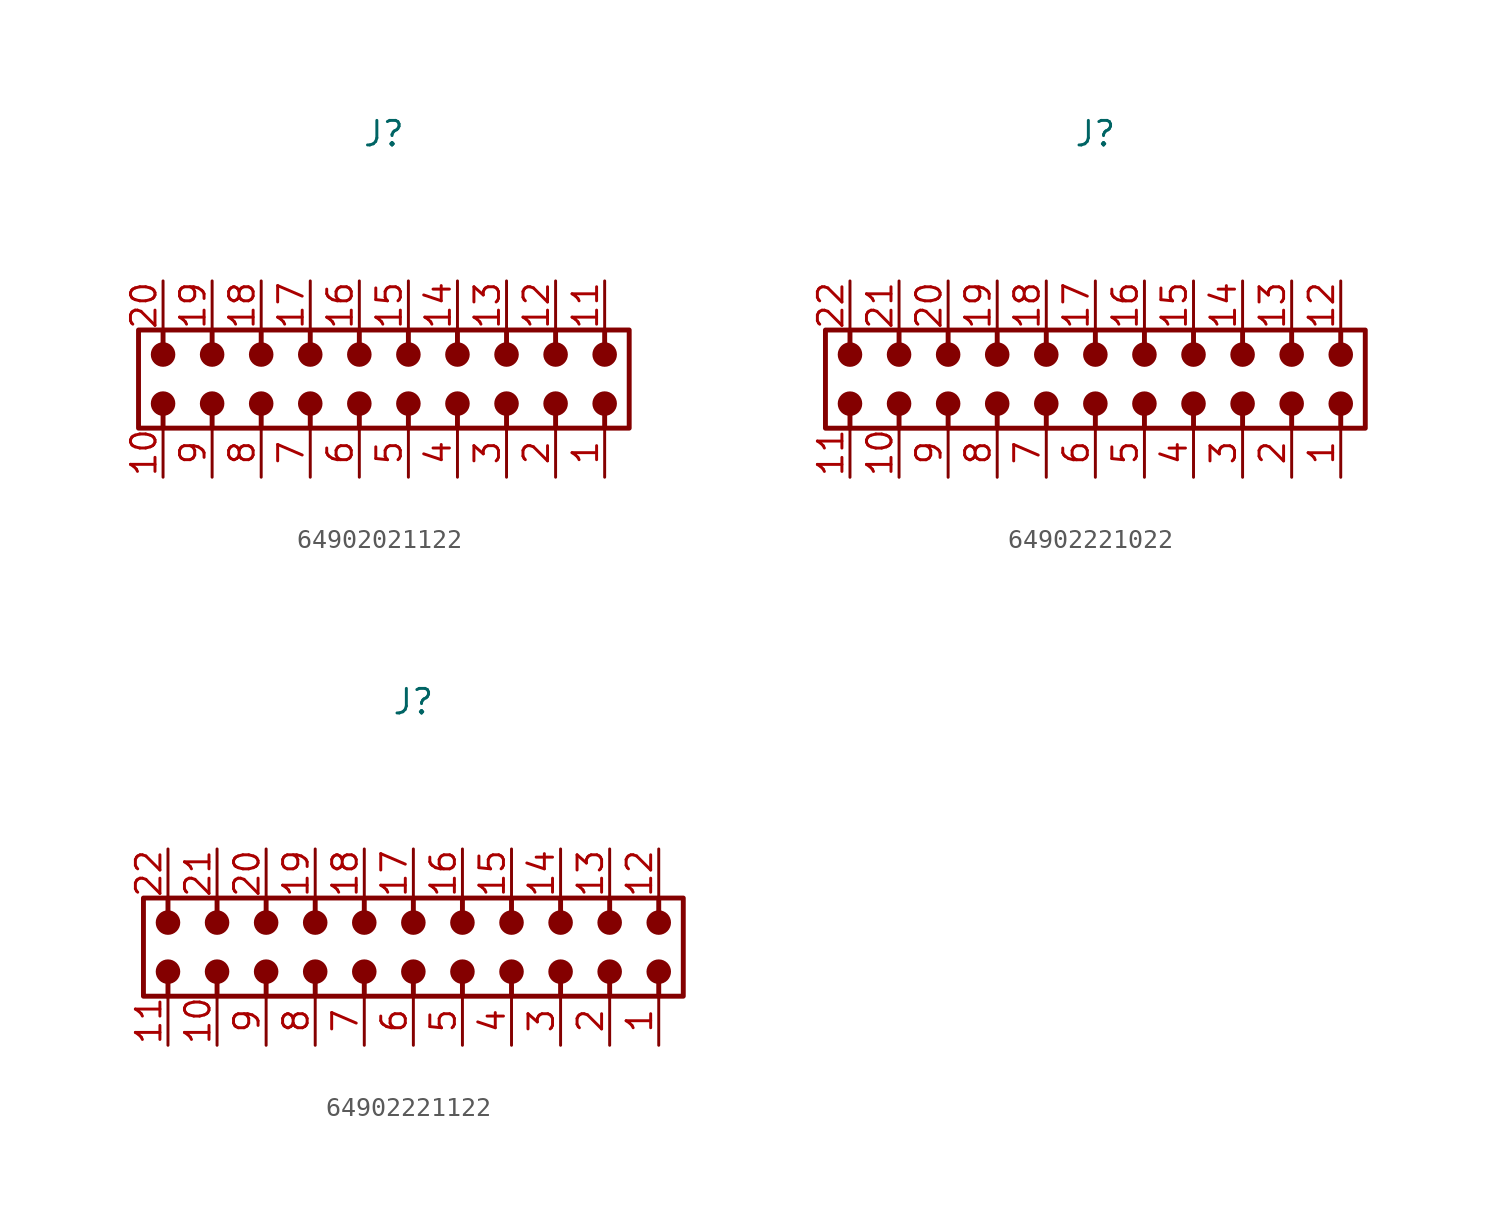
<source format=kicad_sym>
(kicad_symbol_lib
  (version 20241209)
  (generator "kicad_symbol_editor")
  (generator_version "9.0")
  (symbol "64902021122"
    (pin_names
      (hide yes))
    (property "Reference" "J"
      (at 0 12.7 0)
      (effects (font (size 1.27 1.27))))
    (symbol "64902021122_1_1"
      (rectangle (start -12.7 2.54) (end 12.7 -2.54) (stroke (width 0.254) (type solid)) (fill (type none)))
      (polyline (pts (xy -11.43 1.778) (xy -11.43 2.54)) (stroke (width 0.254) (type solid)) (fill (type none)))
      (circle (center -11.43 1.27) (radius 0.508) (stroke (width 0.254) (type solid)) (fill (type outline)))
      (circle (center -11.43 -1.27) (radius 0.508) (stroke (width 0.254) (type solid)) (fill (type outline)))
      (polyline (pts (xy -11.43 -1.778) (xy -11.43 -2.54)) (stroke (width 0.254) (type solid)) (fill (type none)))
      (polyline (pts (xy -8.89 1.778) (xy -8.89 2.54)) (stroke (width 0.254) (type solid)) (fill (type none)))
      (circle (center -8.89 1.27) (radius 0.508) (stroke (width 0.254) (type solid)) (fill (type outline)))
      (circle (center -8.89 -1.27) (radius 0.508) (stroke (width 0.254) (type solid)) (fill (type outline)))
      (polyline (pts (xy -8.89 -1.778) (xy -8.89 -2.54)) (stroke (width 0.254) (type solid)) (fill (type none)))
      (polyline (pts (xy -6.35 1.778) (xy -6.35 2.54)) (stroke (width 0.254) (type solid)) (fill (type none)))
      (circle (center -6.35 1.27) (radius 0.508) (stroke (width 0.254) (type solid)) (fill (type outline)))
      (circle (center -6.35 -1.27) (radius 0.508) (stroke (width 0.254) (type solid)) (fill (type outline)))
      (polyline (pts (xy -6.35 -1.778) (xy -6.35 -2.54)) (stroke (width 0.254) (type solid)) (fill (type none)))
      (polyline (pts (xy -3.81 1.778) (xy -3.81 2.54)) (stroke (width 0.254) (type solid)) (fill (type none)))
      (circle (center -3.81 1.27) (radius 0.508) (stroke (width 0.254) (type solid)) (fill (type outline)))
      (circle (center -3.81 -1.27) (radius 0.508) (stroke (width 0.254) (type solid)) (fill (type outline)))
      (polyline (pts (xy -3.81 -1.778) (xy -3.81 -2.54)) (stroke (width 0.254) (type solid)) (fill (type none)))
      (polyline (pts (xy -1.27 1.778) (xy -1.27 2.54)) (stroke (width 0.254) (type solid)) (fill (type none)))
      (circle (center -1.27 1.27) (radius 0.508) (stroke (width 0.254) (type solid)) (fill (type outline)))
      (circle (center -1.27 -1.27) (radius 0.508) (stroke (width 0.254) (type solid)) (fill (type outline)))
      (polyline (pts (xy -1.27 -1.778) (xy -1.27 -2.54)) (stroke (width 0.254) (type solid)) (fill (type none)))
      (polyline (pts (xy 1.27 1.778) (xy 1.27 2.54)) (stroke (width 0.254) (type solid)) (fill (type none)))
      (circle (center 1.27 1.27) (radius 0.508) (stroke (width 0.254) (type solid)) (fill (type outline)))
      (circle (center 1.27 -1.27) (radius 0.508) (stroke (width 0.254) (type solid)) (fill (type outline)))
      (polyline (pts (xy 1.27 -1.778) (xy 1.27 -2.54)) (stroke (width 0.254) (type solid)) (fill (type none)))
      (polyline (pts (xy 3.81 1.778) (xy 3.81 2.54)) (stroke (width 0.254) (type solid)) (fill (type none)))
      (circle (center 3.81 1.27) (radius 0.508) (stroke (width 0.254) (type solid)) (fill (type outline)))
      (circle (center 3.81 -1.27) (radius 0.508) (stroke (width 0.254) (type solid)) (fill (type outline)))
      (polyline (pts (xy 3.81 -1.778) (xy 3.81 -2.54)) (stroke (width 0.254) (type solid)) (fill (type none)))
      (polyline (pts (xy 6.35 1.778) (xy 6.35 2.54)) (stroke (width 0.254) (type solid)) (fill (type none)))
      (circle (center 6.35 1.27) (radius 0.508) (stroke (width 0.254) (type solid)) (fill (type outline)))
      (circle (center 6.35 -1.27) (radius 0.508) (stroke (width 0.254) (type solid)) (fill (type outline)))
      (polyline (pts (xy 6.35 -1.778) (xy 6.35 -2.54)) (stroke (width 0.254) (type solid)) (fill (type none)))
      (polyline (pts (xy 8.89 1.778) (xy 8.89 2.54)) (stroke (width 0.254) (type solid)) (fill (type none)))
      (circle (center 8.89 1.27) (radius 0.508) (stroke (width 0.254) (type solid)) (fill (type outline)))
      (circle (center 8.89 -1.27) (radius 0.508) (stroke (width 0.254) (type solid)) (fill (type outline)))
      (polyline (pts (xy 8.89 -1.778) (xy 8.89 -2.54)) (stroke (width 0.254) (type solid)) (fill (type none)))
      (polyline (pts (xy 11.43 1.778) (xy 11.43 2.54)) (stroke (width 0.254) (type solid)) (fill (type none)))
      (circle (center 11.43 1.27) (radius 0.508) (stroke (width 0.254) (type solid)) (fill (type outline)))
      (circle (center 11.43 -1.27) (radius 0.508) (stroke (width 0.254) (type solid)) (fill (type outline)))
      (polyline (pts (xy 11.43 -1.778) (xy 11.43 -2.54)) (stroke (width 0.254) (type solid)) (fill (type none)))
      (pin passive line (at -11.43 5.08 270) (length 2.54) (name "20" (effects (font (size 1.27 1.27)))) (number "20" (effects (font (size 1.27 1.27)))))
      (pin passive line (at -11.43 -5.08 90) (length 2.54) (name "10" (effects (font (size 1.27 1.27)))) (number "10" (effects (font (size 1.27 1.27)))))
      (pin passive line (at -8.89 5.08 270) (length 2.54) (name "19" (effects (font (size 1.27 1.27)))) (number "19" (effects (font (size 1.27 1.27)))))
      (pin passive line (at -8.89 -5.08 90) (length 2.54) (name "9" (effects (font (size 1.27 1.27)))) (number "9" (effects (font (size 1.27 1.27)))))
      (pin passive line (at -6.35 5.08 270) (length 2.54) (name "18" (effects (font (size 1.27 1.27)))) (number "18" (effects (font (size 1.27 1.27)))))
      (pin passive line (at -6.35 -5.08 90) (length 2.54) (name "8" (effects (font (size 1.27 1.27)))) (number "8" (effects (font (size 1.27 1.27)))))
      (pin passive line (at -3.81 5.08 270) (length 2.54) (name "17" (effects (font (size 1.27 1.27)))) (number "17" (effects (font (size 1.27 1.27)))))
      (pin passive line (at -3.81 -5.08 90) (length 2.54) (name "7" (effects (font (size 1.27 1.27)))) (number "7" (effects (font (size 1.27 1.27)))))
      (pin passive line (at -1.27 5.08 270) (length 2.54) (name "16" (effects (font (size 1.27 1.27)))) (number "16" (effects (font (size 1.27 1.27)))))
      (pin passive line (at -1.27 -5.08 90) (length 2.54) (name "6" (effects (font (size 1.27 1.27)))) (number "6" (effects (font (size 1.27 1.27)))))
      (pin passive line (at 1.27 5.08 270) (length 2.54) (name "15" (effects (font (size 1.27 1.27)))) (number "15" (effects (font (size 1.27 1.27)))))
      (pin passive line (at 1.27 -5.08 90) (length 2.54) (name "5" (effects (font (size 1.27 1.27)))) (number "5" (effects (font (size 1.27 1.27)))))
      (pin passive line (at 3.81 5.08 270) (length 2.54) (name "14" (effects (font (size 1.27 1.27)))) (number "14" (effects (font (size 1.27 1.27)))))
      (pin passive line (at 3.81 -5.08 90) (length 2.54) (name "4" (effects (font (size 1.27 1.27)))) (number "4" (effects (font (size 1.27 1.27)))))
      (pin passive line (at 6.35 5.08 270) (length 2.54) (name "13" (effects (font (size 1.27 1.27)))) (number "13" (effects (font (size 1.27 1.27)))))
      (pin passive line (at 6.35 -5.08 90) (length 2.54) (name "3" (effects (font (size 1.27 1.27)))) (number "3" (effects (font (size 1.27 1.27)))))
      (pin passive line (at 8.89 5.08 270) (length 2.54) (name "12" (effects (font (size 1.27 1.27)))) (number "12" (effects (font (size 1.27 1.27)))))
      (pin passive line (at 8.89 -5.08 90) (length 2.54) (name "2" (effects (font (size 1.27 1.27)))) (number "2" (effects (font (size 1.27 1.27)))))
      (pin passive line (at 11.43 5.08 270) (length 2.54) (name "11" (effects (font (size 1.27 1.27)))) (number "11" (effects (font (size 1.27 1.27)))))
      (pin passive line (at 11.43 -5.08 90) (length 2.54) (name "1" (effects (font (size 1.27 1.27)))) (number "1" (effects (font (size 1.27 1.27)))))))
  (symbol "64902221022"
    (pin_names
      (hide yes))
    (property "Reference" "J"
      (at 0 12.7 0)
      (effects (font (size 1.27 1.27))))
    (symbol "64902221022_1_1"
      (rectangle (start -13.97 2.54) (end 13.97 -2.54) (stroke (width 0.254) (type solid)) (fill (type none)))
      (polyline (pts (xy -12.7 1.778) (xy -12.7 2.54)) (stroke (width 0.254) (type solid)) (fill (type none)))
      (circle (center -12.7 1.27) (radius 0.508) (stroke (width 0.254) (type solid)) (fill (type outline)))
      (circle (center -12.7 -1.27) (radius 0.508) (stroke (width 0.254) (type solid)) (fill (type outline)))
      (polyline (pts (xy -12.7 -1.778) (xy -12.7 -2.54)) (stroke (width 0.254) (type solid)) (fill (type none)))
      (polyline (pts (xy -10.16 1.778) (xy -10.16 2.54)) (stroke (width 0.254) (type solid)) (fill (type none)))
      (circle (center -10.16 1.27) (radius 0.508) (stroke (width 0.254) (type solid)) (fill (type outline)))
      (circle (center -10.16 -1.27) (radius 0.508) (stroke (width 0.254) (type solid)) (fill (type outline)))
      (polyline (pts (xy -10.16 -1.778) (xy -10.16 -2.54)) (stroke (width 0.254) (type solid)) (fill (type none)))
      (polyline (pts (xy -7.62 1.778) (xy -7.62 2.54)) (stroke (width 0.254) (type solid)) (fill (type none)))
      (circle (center -7.62 1.27) (radius 0.508) (stroke (width 0.254) (type solid)) (fill (type outline)))
      (circle (center -7.62 -1.27) (radius 0.508) (stroke (width 0.254) (type solid)) (fill (type outline)))
      (polyline (pts (xy -7.62 -1.778) (xy -7.62 -2.54)) (stroke (width 0.254) (type solid)) (fill (type none)))
      (polyline (pts (xy -5.08 1.778) (xy -5.08 2.54)) (stroke (width 0.254) (type solid)) (fill (type none)))
      (circle (center -5.08 1.27) (radius 0.508) (stroke (width 0.254) (type solid)) (fill (type outline)))
      (circle (center -5.08 -1.27) (radius 0.508) (stroke (width 0.254) (type solid)) (fill (type outline)))
      (polyline (pts (xy -5.08 -1.778) (xy -5.08 -2.54)) (stroke (width 0.254) (type solid)) (fill (type none)))
      (polyline (pts (xy -2.54 1.778) (xy -2.54 2.54)) (stroke (width 0.254) (type solid)) (fill (type none)))
      (circle (center -2.54 1.27) (radius 0.508) (stroke (width 0.254) (type solid)) (fill (type outline)))
      (circle (center -2.54 -1.27) (radius 0.508) (stroke (width 0.254) (type solid)) (fill (type outline)))
      (polyline (pts (xy -2.54 -1.778) (xy -2.54 -2.54)) (stroke (width 0.254) (type solid)) (fill (type none)))
      (polyline (pts (xy 0 1.778) (xy 0 2.54)) (stroke (width 0.254) (type solid)) (fill (type none)))
      (circle (center 0 1.27) (radius 0.508) (stroke (width 0.254) (type solid)) (fill (type outline)))
      (circle (center 0 -1.27) (radius 0.508) (stroke (width 0.254) (type solid)) (fill (type outline)))
      (polyline (pts (xy 0 -1.778) (xy 0 -2.54)) (stroke (width 0.254) (type solid)) (fill (type none)))
      (polyline (pts (xy 2.54 1.778) (xy 2.54 2.54)) (stroke (width 0.254) (type solid)) (fill (type none)))
      (circle (center 2.54 1.27) (radius 0.508) (stroke (width 0.254) (type solid)) (fill (type outline)))
      (circle (center 2.54 -1.27) (radius 0.508) (stroke (width 0.254) (type solid)) (fill (type outline)))
      (polyline (pts (xy 2.54 -1.778) (xy 2.54 -2.54)) (stroke (width 0.254) (type solid)) (fill (type none)))
      (polyline (pts (xy 5.08 1.778) (xy 5.08 2.54)) (stroke (width 0.254) (type solid)) (fill (type none)))
      (circle (center 5.08 1.27) (radius 0.508) (stroke (width 0.254) (type solid)) (fill (type outline)))
      (circle (center 5.08 -1.27) (radius 0.508) (stroke (width 0.254) (type solid)) (fill (type outline)))
      (polyline (pts (xy 5.08 -1.778) (xy 5.08 -2.54)) (stroke (width 0.254) (type solid)) (fill (type none)))
      (polyline (pts (xy 7.62 1.778) (xy 7.62 2.54)) (stroke (width 0.254) (type solid)) (fill (type none)))
      (circle (center 7.62 1.27) (radius 0.508) (stroke (width 0.254) (type solid)) (fill (type outline)))
      (circle (center 7.62 -1.27) (radius 0.508) (stroke (width 0.254) (type solid)) (fill (type outline)))
      (polyline (pts (xy 7.62 -1.778) (xy 7.62 -2.54)) (stroke (width 0.254) (type solid)) (fill (type none)))
      (polyline (pts (xy 10.16 1.778) (xy 10.16 2.54)) (stroke (width 0.254) (type solid)) (fill (type none)))
      (circle (center 10.16 1.27) (radius 0.508) (stroke (width 0.254) (type solid)) (fill (type outline)))
      (circle (center 10.16 -1.27) (radius 0.508) (stroke (width 0.254) (type solid)) (fill (type outline)))
      (polyline (pts (xy 10.16 -1.778) (xy 10.16 -2.54)) (stroke (width 0.254) (type solid)) (fill (type none)))
      (polyline (pts (xy 12.7 1.778) (xy 12.7 2.54)) (stroke (width 0.254) (type solid)) (fill (type none)))
      (circle (center 12.7 1.27) (radius 0.508) (stroke (width 0.254) (type solid)) (fill (type outline)))
      (circle (center 12.7 -1.27) (radius 0.508) (stroke (width 0.254) (type solid)) (fill (type outline)))
      (polyline (pts (xy 12.7 -1.778) (xy 12.7 -2.54)) (stroke (width 0.254) (type solid)) (fill (type none)))
      (pin passive line (at -12.7 5.08 270) (length 2.54) (name "22" (effects (font (size 1.27 1.27)))) (number "22" (effects (font (size 1.27 1.27)))))
      (pin passive line (at -12.7 -5.08 90) (length 2.54) (name "11" (effects (font (size 1.27 1.27)))) (number "11" (effects (font (size 1.27 1.27)))))
      (pin passive line (at -10.16 5.08 270) (length 2.54) (name "21" (effects (font (size 1.27 1.27)))) (number "21" (effects (font (size 1.27 1.27)))))
      (pin passive line (at -10.16 -5.08 90) (length 2.54) (name "10" (effects (font (size 1.27 1.27)))) (number "10" (effects (font (size 1.27 1.27)))))
      (pin passive line (at -7.62 5.08 270) (length 2.54) (name "20" (effects (font (size 1.27 1.27)))) (number "20" (effects (font (size 1.27 1.27)))))
      (pin passive line (at -7.62 -5.08 90) (length 2.54) (name "9" (effects (font (size 1.27 1.27)))) (number "9" (effects (font (size 1.27 1.27)))))
      (pin passive line (at -5.08 5.08 270) (length 2.54) (name "19" (effects (font (size 1.27 1.27)))) (number "19" (effects (font (size 1.27 1.27)))))
      (pin passive line (at -5.08 -5.08 90) (length 2.54) (name "8" (effects (font (size 1.27 1.27)))) (number "8" (effects (font (size 1.27 1.27)))))
      (pin passive line (at -2.54 5.08 270) (length 2.54) (name "18" (effects (font (size 1.27 1.27)))) (number "18" (effects (font (size 1.27 1.27)))))
      (pin passive line (at -2.54 -5.08 90) (length 2.54) (name "7" (effects (font (size 1.27 1.27)))) (number "7" (effects (font (size 1.27 1.27)))))
      (pin passive line (at 0 5.08 270) (length 2.54) (name "17" (effects (font (size 1.27 1.27)))) (number "17" (effects (font (size 1.27 1.27)))))
      (pin passive line (at 0 -5.08 90) (length 2.54) (name "6" (effects (font (size 1.27 1.27)))) (number "6" (effects (font (size 1.27 1.27)))))
      (pin passive line (at 2.54 5.08 270) (length 2.54) (name "16" (effects (font (size 1.27 1.27)))) (number "16" (effects (font (size 1.27 1.27)))))
      (pin passive line (at 2.54 -5.08 90) (length 2.54) (name "5" (effects (font (size 1.27 1.27)))) (number "5" (effects (font (size 1.27 1.27)))))
      (pin passive line (at 5.08 5.08 270) (length 2.54) (name "15" (effects (font (size 1.27 1.27)))) (number "15" (effects (font (size 1.27 1.27)))))
      (pin passive line (at 5.08 -5.08 90) (length 2.54) (name "4" (effects (font (size 1.27 1.27)))) (number "4" (effects (font (size 1.27 1.27)))))
      (pin passive line (at 7.62 5.08 270) (length 2.54) (name "14" (effects (font (size 1.27 1.27)))) (number "14" (effects (font (size 1.27 1.27)))))
      (pin passive line (at 7.62 -5.08 90) (length 2.54) (name "3" (effects (font (size 1.27 1.27)))) (number "3" (effects (font (size 1.27 1.27)))))
      (pin passive line (at 10.16 5.08 270) (length 2.54) (name "13" (effects (font (size 1.27 1.27)))) (number "13" (effects (font (size 1.27 1.27)))))
      (pin passive line (at 10.16 -5.08 90) (length 2.54) (name "2" (effects (font (size 1.27 1.27)))) (number "2" (effects (font (size 1.27 1.27)))))
      (pin passive line (at 12.7 5.08 270) (length 2.54) (name "12" (effects (font (size 1.27 1.27)))) (number "12" (effects (font (size 1.27 1.27)))))
      (pin passive line (at 12.7 -5.08 90) (length 2.54) (name "1" (effects (font (size 1.27 1.27)))) (number "1" (effects (font (size 1.27 1.27)))))))
  (symbol "64902221122"
    (pin_names
      (hide yes))
    (property "Reference" "J"
      (at 0 12.7 0)
      (effects (font (size 1.27 1.27))))
    (symbol "64902221122_1_1"
      (rectangle (start -13.97 2.54) (end 13.97 -2.54) (stroke (width 0.254) (type solid)) (fill (type none)))
      (polyline (pts (xy -12.7 1.778) (xy -12.7 2.54)) (stroke (width 0.254) (type solid)) (fill (type none)))
      (circle (center -12.7 1.27) (radius 0.508) (stroke (width 0.254) (type solid)) (fill (type outline)))
      (circle (center -12.7 -1.27) (radius 0.508) (stroke (width 0.254) (type solid)) (fill (type outline)))
      (polyline (pts (xy -12.7 -1.778) (xy -12.7 -2.54)) (stroke (width 0.254) (type solid)) (fill (type none)))
      (polyline (pts (xy -10.16 1.778) (xy -10.16 2.54)) (stroke (width 0.254) (type solid)) (fill (type none)))
      (circle (center -10.16 1.27) (radius 0.508) (stroke (width 0.254) (type solid)) (fill (type outline)))
      (circle (center -10.16 -1.27) (radius 0.508) (stroke (width 0.254) (type solid)) (fill (type outline)))
      (polyline (pts (xy -10.16 -1.778) (xy -10.16 -2.54)) (stroke (width 0.254) (type solid)) (fill (type none)))
      (polyline (pts (xy -7.62 1.778) (xy -7.62 2.54)) (stroke (width 0.254) (type solid)) (fill (type none)))
      (circle (center -7.62 1.27) (radius 0.508) (stroke (width 0.254) (type solid)) (fill (type outline)))
      (circle (center -7.62 -1.27) (radius 0.508) (stroke (width 0.254) (type solid)) (fill (type outline)))
      (polyline (pts (xy -7.62 -1.778) (xy -7.62 -2.54)) (stroke (width 0.254) (type solid)) (fill (type none)))
      (polyline (pts (xy -5.08 1.778) (xy -5.08 2.54)) (stroke (width 0.254) (type solid)) (fill (type none)))
      (circle (center -5.08 1.27) (radius 0.508) (stroke (width 0.254) (type solid)) (fill (type outline)))
      (circle (center -5.08 -1.27) (radius 0.508) (stroke (width 0.254) (type solid)) (fill (type outline)))
      (polyline (pts (xy -5.08 -1.778) (xy -5.08 -2.54)) (stroke (width 0.254) (type solid)) (fill (type none)))
      (polyline (pts (xy -2.54 1.778) (xy -2.54 2.54)) (stroke (width 0.254) (type solid)) (fill (type none)))
      (circle (center -2.54 1.27) (radius 0.508) (stroke (width 0.254) (type solid)) (fill (type outline)))
      (circle (center -2.54 -1.27) (radius 0.508) (stroke (width 0.254) (type solid)) (fill (type outline)))
      (polyline (pts (xy -2.54 -1.778) (xy -2.54 -2.54)) (stroke (width 0.254) (type solid)) (fill (type none)))
      (polyline (pts (xy 0 1.778) (xy 0 2.54)) (stroke (width 0.254) (type solid)) (fill (type none)))
      (circle (center 0 1.27) (radius 0.508) (stroke (width 0.254) (type solid)) (fill (type outline)))
      (circle (center 0 -1.27) (radius 0.508) (stroke (width 0.254) (type solid)) (fill (type outline)))
      (polyline (pts (xy 0 -1.778) (xy 0 -2.54)) (stroke (width 0.254) (type solid)) (fill (type none)))
      (polyline (pts (xy 2.54 1.778) (xy 2.54 2.54)) (stroke (width 0.254) (type solid)) (fill (type none)))
      (circle (center 2.54 1.27) (radius 0.508) (stroke (width 0.254) (type solid)) (fill (type outline)))
      (circle (center 2.54 -1.27) (radius 0.508) (stroke (width 0.254) (type solid)) (fill (type outline)))
      (polyline (pts (xy 2.54 -1.778) (xy 2.54 -2.54)) (stroke (width 0.254) (type solid)) (fill (type none)))
      (polyline (pts (xy 5.08 1.778) (xy 5.08 2.54)) (stroke (width 0.254) (type solid)) (fill (type none)))
      (circle (center 5.08 1.27) (radius 0.508) (stroke (width 0.254) (type solid)) (fill (type outline)))
      (circle (center 5.08 -1.27) (radius 0.508) (stroke (width 0.254) (type solid)) (fill (type outline)))
      (polyline (pts (xy 5.08 -1.778) (xy 5.08 -2.54)) (stroke (width 0.254) (type solid)) (fill (type none)))
      (polyline (pts (xy 7.62 1.778) (xy 7.62 2.54)) (stroke (width 0.254) (type solid)) (fill (type none)))
      (circle (center 7.62 1.27) (radius 0.508) (stroke (width 0.254) (type solid)) (fill (type outline)))
      (circle (center 7.62 -1.27) (radius 0.508) (stroke (width 0.254) (type solid)) (fill (type outline)))
      (polyline (pts (xy 7.62 -1.778) (xy 7.62 -2.54)) (stroke (width 0.254) (type solid)) (fill (type none)))
      (polyline (pts (xy 10.16 1.778) (xy 10.16 2.54)) (stroke (width 0.254) (type solid)) (fill (type none)))
      (circle (center 10.16 1.27) (radius 0.508) (stroke (width 0.254) (type solid)) (fill (type outline)))
      (circle (center 10.16 -1.27) (radius 0.508) (stroke (width 0.254) (type solid)) (fill (type outline)))
      (polyline (pts (xy 10.16 -1.778) (xy 10.16 -2.54)) (stroke (width 0.254) (type solid)) (fill (type none)))
      (polyline (pts (xy 12.7 1.778) (xy 12.7 2.54)) (stroke (width 0.254) (type solid)) (fill (type none)))
      (circle (center 12.7 1.27) (radius 0.508) (stroke (width 0.254) (type solid)) (fill (type outline)))
      (circle (center 12.7 -1.27) (radius 0.508) (stroke (width 0.254) (type solid)) (fill (type outline)))
      (polyline (pts (xy 12.7 -1.778) (xy 12.7 -2.54)) (stroke (width 0.254) (type solid)) (fill (type none)))
      (pin passive line (at -12.7 5.08 270) (length 2.54) (name "22" (effects (font (size 1.27 1.27)))) (number "22" (effects (font (size 1.27 1.27)))))
      (pin passive line (at -12.7 -5.08 90) (length 2.54) (name "11" (effects (font (size 1.27 1.27)))) (number "11" (effects (font (size 1.27 1.27)))))
      (pin passive line (at -10.16 5.08 270) (length 2.54) (name "21" (effects (font (size 1.27 1.27)))) (number "21" (effects (font (size 1.27 1.27)))))
      (pin passive line (at -10.16 -5.08 90) (length 2.54) (name "10" (effects (font (size 1.27 1.27)))) (number "10" (effects (font (size 1.27 1.27)))))
      (pin passive line (at -7.62 5.08 270) (length 2.54) (name "20" (effects (font (size 1.27 1.27)))) (number "20" (effects (font (size 1.27 1.27)))))
      (pin passive line (at -7.62 -5.08 90) (length 2.54) (name "9" (effects (font (size 1.27 1.27)))) (number "9" (effects (font (size 1.27 1.27)))))
      (pin passive line (at -5.08 5.08 270) (length 2.54) (name "19" (effects (font (size 1.27 1.27)))) (number "19" (effects (font (size 1.27 1.27)))))
      (pin passive line (at -5.08 -5.08 90) (length 2.54) (name "8" (effects (font (size 1.27 1.27)))) (number "8" (effects (font (size 1.27 1.27)))))
      (pin passive line (at -2.54 5.08 270) (length 2.54) (name "18" (effects (font (size 1.27 1.27)))) (number "18" (effects (font (size 1.27 1.27)))))
      (pin passive line (at -2.54 -5.08 90) (length 2.54) (name "7" (effects (font (size 1.27 1.27)))) (number "7" (effects (font (size 1.27 1.27)))))
      (pin passive line (at 0 5.08 270) (length 2.54) (name "17" (effects (font (size 1.27 1.27)))) (number "17" (effects (font (size 1.27 1.27)))))
      (pin passive line (at 0 -5.08 90) (length 2.54) (name "6" (effects (font (size 1.27 1.27)))) (number "6" (effects (font (size 1.27 1.27)))))
      (pin passive line (at 2.54 5.08 270) (length 2.54) (name "16" (effects (font (size 1.27 1.27)))) (number "16" (effects (font (size 1.27 1.27)))))
      (pin passive line (at 2.54 -5.08 90) (length 2.54) (name "5" (effects (font (size 1.27 1.27)))) (number "5" (effects (font (size 1.27 1.27)))))
      (pin passive line (at 5.08 5.08 270) (length 2.54) (name "15" (effects (font (size 1.27 1.27)))) (number "15" (effects (font (size 1.27 1.27)))))
      (pin passive line (at 5.08 -5.08 90) (length 2.54) (name "4" (effects (font (size 1.27 1.27)))) (number "4" (effects (font (size 1.27 1.27)))))
      (pin passive line (at 7.62 5.08 270) (length 2.54) (name "14" (effects (font (size 1.27 1.27)))) (number "14" (effects (font (size 1.27 1.27)))))
      (pin passive line (at 7.62 -5.08 90) (length 2.54) (name "3" (effects (font (size 1.27 1.27)))) (number "3" (effects (font (size 1.27 1.27)))))
      (pin passive line (at 10.16 5.08 270) (length 2.54) (name "13" (effects (font (size 1.27 1.27)))) (number "13" (effects (font (size 1.27 1.27)))))
      (pin passive line (at 10.16 -5.08 90) (length 2.54) (name "2" (effects (font (size 1.27 1.27)))) (number "2" (effects (font (size 1.27 1.27)))))
      (pin passive line (at 12.7 5.08 270) (length 2.54) (name "12" (effects (font (size 1.27 1.27)))) (number "12" (effects (font (size 1.27 1.27)))))
      (pin passive line (at 12.7 -5.08 90) (length 2.54) (name "1" (effects (font (size 1.27 1.27)))) (number "1" (effects (font (size 1.27 1.27))))))))
</source>
